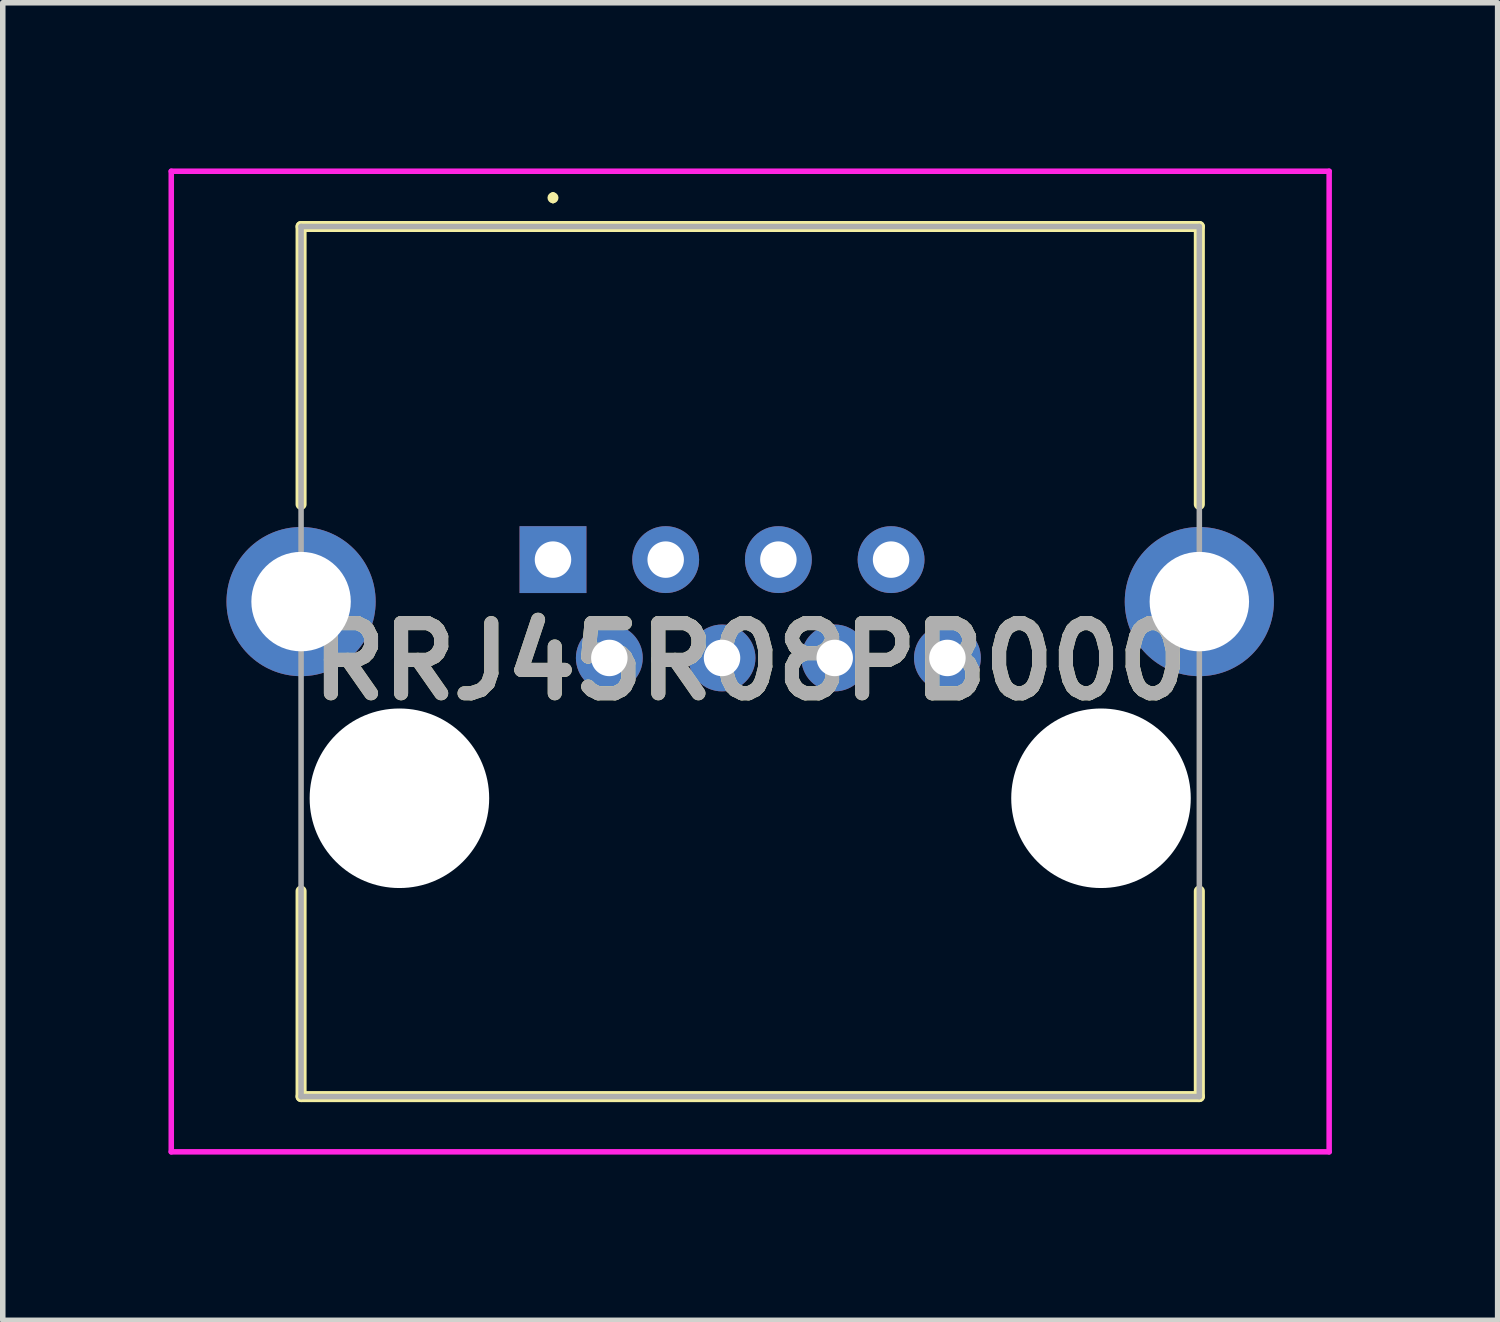
<source format=kicad_pcb>
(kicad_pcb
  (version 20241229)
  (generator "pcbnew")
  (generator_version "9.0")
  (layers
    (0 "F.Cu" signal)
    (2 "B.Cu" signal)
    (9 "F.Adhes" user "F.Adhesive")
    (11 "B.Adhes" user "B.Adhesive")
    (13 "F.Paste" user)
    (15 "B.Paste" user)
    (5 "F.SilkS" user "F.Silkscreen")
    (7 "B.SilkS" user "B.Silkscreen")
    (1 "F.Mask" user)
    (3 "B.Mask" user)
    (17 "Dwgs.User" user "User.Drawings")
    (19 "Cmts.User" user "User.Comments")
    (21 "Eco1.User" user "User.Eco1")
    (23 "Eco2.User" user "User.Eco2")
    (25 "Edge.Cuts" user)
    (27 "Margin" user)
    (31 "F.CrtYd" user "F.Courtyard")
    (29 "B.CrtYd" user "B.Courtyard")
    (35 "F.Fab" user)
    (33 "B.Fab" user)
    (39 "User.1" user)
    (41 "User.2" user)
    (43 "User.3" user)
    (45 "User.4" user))
  (footprint "RRJ45R08PB000"
    (layer "F.Cu")
    (at 6.96 7.08)
    (property "Reference" "RRJ45R08PB000" (at 3.57 1.845 0) (layer "F.SilkS") (effects (font (size 1.27 1.27) (thickness 0.254))))
    (attr through_hole)
    (fp_line (start -4.56 -6.03) (end 11.7 -6.03) (stroke (width 0.2) (type solid)) (layer "F.SilkS"))
    (fp_line (start -4.56 -1) (end -4.56 -6.03) (stroke (width 0.2) (type solid)) (layer "F.SilkS"))
    (fp_line (start -4.56 6) (end -4.56 9.72) (stroke (width 0.2) (type solid)) (layer "F.SilkS"))
    (fp_line (start -4.56 9.72) (end 11.7 9.72) (stroke (width 0.2) (type solid)) (layer "F.SilkS"))
    (fp_line (start 0 -6.6) (end 0 -6.6) (stroke (width 0.1) (type solid)) (layer "F.SilkS"))
    (fp_line (start 0 -6.5) (end 0 -6.5) (stroke (width 0.1) (type solid)) (layer "F.SilkS"))
    (fp_line (start 11.7 -6.03) (end 11.7 -1) (stroke (width 0.2) (type solid)) (layer "F.SilkS"))
    (fp_line (start 11.7 9.72) (end 11.7 6) (stroke (width 0.2) (type solid)) (layer "F.SilkS"))
    (fp_arc (start 0 -6.6) (mid 0.05 -6.55) (end 0 -6.5) (stroke (width 0.1) (type solid)) (layer "F.SilkS"))
    (fp_arc (start 0 -6.5) (mid -0.05 -6.55) (end 0 -6.6) (stroke (width 0.1) (type solid)) (layer "F.SilkS"))
    (fp_line (start -6.91 -7.03) (end 14.05 -7.03) (stroke (width 0.1) (type solid)) (layer "F.CrtYd"))
    (fp_line (start -6.91 10.72) (end -6.91 -7.03) (stroke (width 0.1) (type solid)) (layer "F.CrtYd"))
    (fp_line (start 14.05 -7.03) (end 14.05 10.72) (stroke (width 0.1) (type solid)) (layer "F.CrtYd"))
    (fp_line (start 14.05 10.72) (end -6.91 10.72) (stroke (width 0.1) (type solid)) (layer "F.CrtYd"))
    (fp_line (start -4.56 -6.03) (end 11.7 -6.03) (stroke (width 0.1) (type solid)) (layer "F.Fab"))
    (fp_line (start -4.56 9.72) (end -4.56 -6.03) (stroke (width 0.1) (type solid)) (layer "F.Fab"))
    (fp_line (start 11.7 -6.03) (end 11.7 9.72) (stroke (width 0.1) (type solid)) (layer "F.Fab"))
    (fp_line (start 11.7 9.72) (end -4.56 9.72) (stroke (width 0.1) (type solid)) (layer "F.Fab"))
    (fp_text user "${REFERENCE}" (at 3.57 1.845 0) (layer "F.Fab") (effects (font (size 1.27 1.27) (thickness 0.254))))
    (pad "" np_thru_hole circle (at -2.78 4.32) (size 3.25 3.25) (drill 3.25) (layers "*.Cu" "*.Mask"))
    (pad "" np_thru_hole circle (at 9.92 4.32) (size 3.25 3.25) (drill 3.25) (layers "*.Cu" "*.Mask"))
    (pad "1" thru_hole rect (at 0 0) (size 1.21 1.21) (drill 0.66) (layers "*.Cu" "*.Mask"))
    (pad "2" thru_hole circle (at 1.02 1.78) (size 1.21 1.21) (drill 0.66) (layers "*.Cu" "*.Mask"))
    (pad "3" thru_hole circle (at 2.04 0) (size 1.21 1.21) (drill 0.66) (layers "*.Cu" "*.Mask"))
    (pad "4" thru_hole circle (at 3.06 1.78) (size 1.21 1.21) (drill 0.66) (layers "*.Cu" "*.Mask"))
    (pad "5" thru_hole circle (at 4.08 0) (size 1.21 1.21) (drill 0.66) (layers "*.Cu" "*.Mask"))
    (pad "6" thru_hole circle (at 5.1 1.78) (size 1.21 1.21) (drill 0.66) (layers "*.Cu" "*.Mask"))
    (pad "7" thru_hole circle (at 6.12 0) (size 1.21 1.21) (drill 0.66) (layers "*.Cu" "*.Mask"))
    (pad "8" thru_hole circle (at 7.14 1.78) (size 1.21 1.21) (drill 0.66) (layers "*.Cu" "*.Mask"))
    (pad "MH3" thru_hole circle (at -4.56 0.76) (size 2.7 2.7) (drill 1.8) (layers "*.Cu" "*.Mask"))
    (pad "MH4" thru_hole circle (at 11.7 0.76) (size 2.7 2.7) (drill 1.8) (layers "*.Cu" "*.Mask")))
  (gr_rect
    (start -3 -3)
    (end 24.06 20.85)
    (stroke (width 0.1) (type default))
    (fill no)
    (layer "Edge.Cuts")))
</source>
